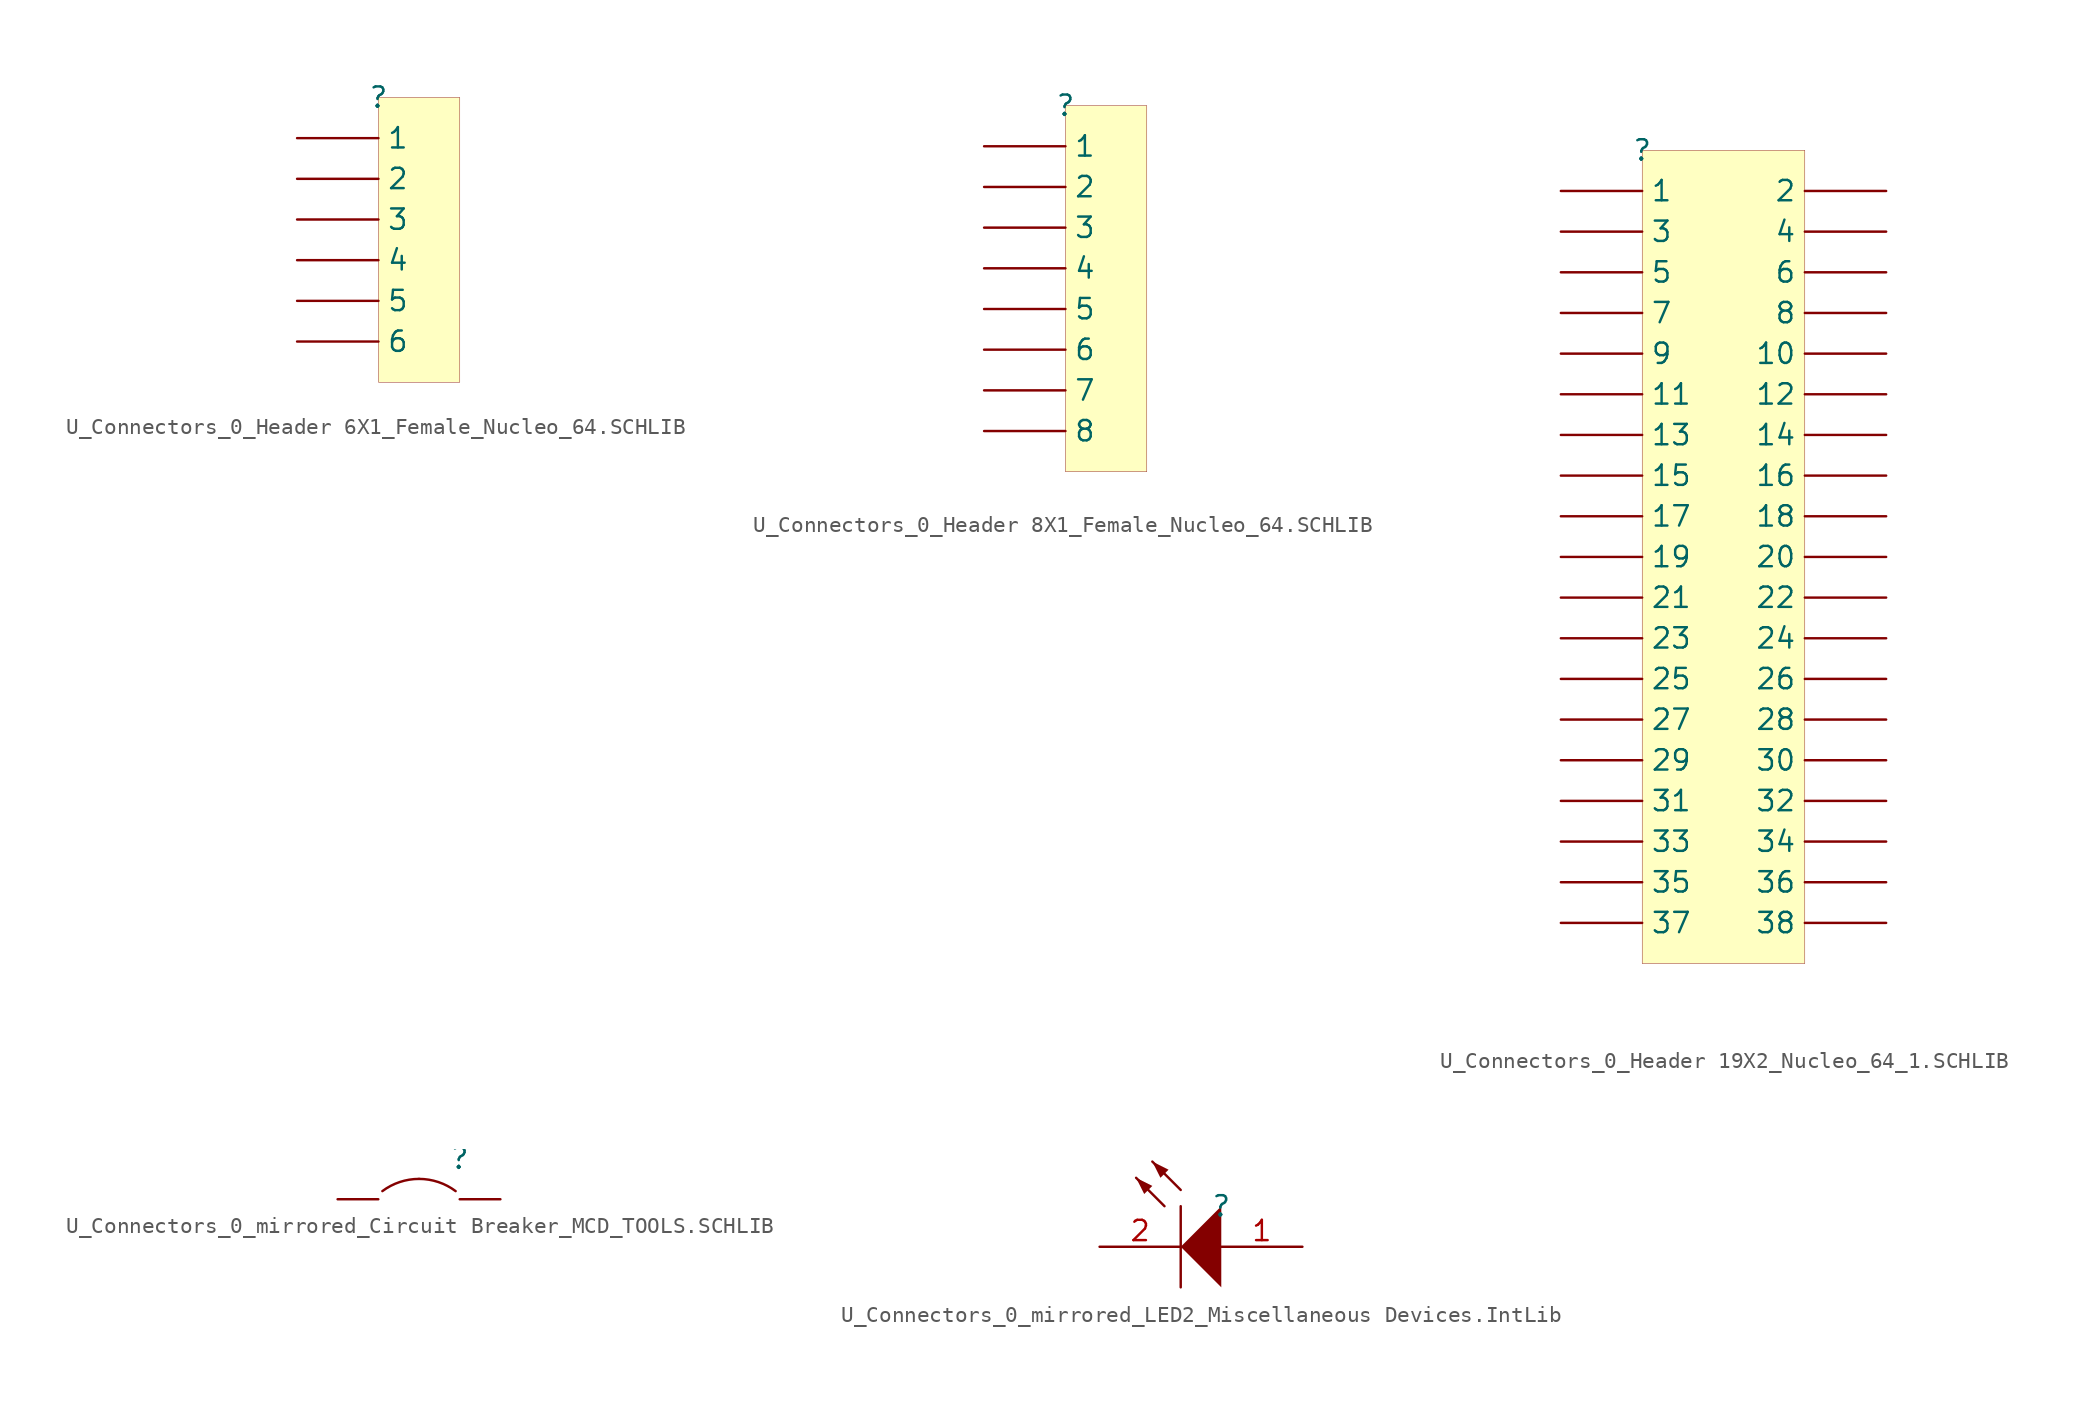
<source format=kicad_sym>
(kicad_symbol_lib
  (version 20241209)
  (generator "kicad_symbol_editor")
  (generator_version "9.0")
  (symbol "U_Connectors_0_Header 6X1_Female_Nucleo_64.SCHLIB"
    (pin_numbers
      (hide yes))
    (property "Reference" ""
      (at 0 0 0)
      (effects (font (size 1.27 1.27))))
    (property "Value" ""
      (at 0 0 0)
      (effects (font (size 1.27 1.27))))
    (symbol "U_Connectors_0_Header 6X1_Female_Nucleo_64.SCHLIB_1_0"
      (rectangle (start 5.08 0) (end 0 -17.78) (stroke (width 0.025) (type solid) (color 128 0 0 1)) (fill (type background)))
      (pin passive line (at -5.08 -2.54 0) (length 5.08) (name "1" (effects (font (size 1.27 1.27)))) (number "1" (effects (font (size 1.27 1.27)))))
      (pin passive line (at -5.08 -5.08 0) (length 5.08) (name "2" (effects (font (size 1.27 1.27)))) (number "2" (effects (font (size 1.27 1.27)))))
      (pin passive line (at -5.08 -7.62 0) (length 5.08) (name "3" (effects (font (size 1.27 1.27)))) (number "3" (effects (font (size 1.27 1.27)))))
      (pin passive line (at -5.08 -10.16 0) (length 5.08) (name "4" (effects (font (size 1.27 1.27)))) (number "4" (effects (font (size 1.27 1.27)))))
      (pin passive line (at -5.08 -12.7 0) (length 5.08) (name "5" (effects (font (size 1.27 1.27)))) (number "5" (effects (font (size 1.27 1.27)))))
      (pin passive line (at -5.08 -15.24 0) (length 5.08) (name "6" (effects (font (size 1.27 1.27)))) (number "6" (effects (font (size 1.27 1.27)))))))
  (symbol "U_Connectors_0_Header 8X1_Female_Nucleo_64.SCHLIB"
    (pin_numbers
      (hide yes))
    (property "Reference" ""
      (at 0 0 0)
      (effects (font (size 1.27 1.27))))
    (property "Value" ""
      (at 0 0 0)
      (effects (font (size 1.27 1.27))))
    (symbol "U_Connectors_0_Header 8X1_Female_Nucleo_64.SCHLIB_1_0"
      (rectangle (start 5.08 0) (end 0 -22.86) (stroke (width 0.025) (type solid) (color 128 0 0 1)) (fill (type background)))
      (pin passive line (at -5.08 -2.54 0) (length 5.08) (name "1" (effects (font (size 1.27 1.27)))) (number "1" (effects (font (size 1.27 1.27)))))
      (pin passive line (at -5.08 -5.08 0) (length 5.08) (name "2" (effects (font (size 1.27 1.27)))) (number "2" (effects (font (size 1.27 1.27)))))
      (pin passive line (at -5.08 -7.62 0) (length 5.08) (name "3" (effects (font (size 1.27 1.27)))) (number "3" (effects (font (size 1.27 1.27)))))
      (pin passive line (at -5.08 -10.16 0) (length 5.08) (name "4" (effects (font (size 1.27 1.27)))) (number "4" (effects (font (size 1.27 1.27)))))
      (pin passive line (at -5.08 -12.7 0) (length 5.08) (name "5" (effects (font (size 1.27 1.27)))) (number "5" (effects (font (size 1.27 1.27)))))
      (pin passive line (at -5.08 -15.24 0) (length 5.08) (name "6" (effects (font (size 1.27 1.27)))) (number "6" (effects (font (size 1.27 1.27)))))
      (pin passive line (at -5.08 -17.78 0) (length 5.08) (name "7" (effects (font (size 1.27 1.27)))) (number "7" (effects (font (size 1.27 1.27)))))
      (pin passive line (at -5.08 -20.32 0) (length 5.08) (name "8" (effects (font (size 1.27 1.27)))) (number "8" (effects (font (size 1.27 1.27)))))))
  (symbol "U_Connectors_0_Header 19X2_Nucleo_64_1.SCHLIB"
    (pin_numbers
      (hide yes))
    (property "Reference" ""
      (at 0 0 0)
      (effects (font (size 1.27 1.27))))
    (property "Value" ""
      (at 0 0 0)
      (effects (font (size 1.27 1.27))))
    (symbol "U_Connectors_0_Header 19X2_Nucleo_64_1.SCHLIB_1_0"
      (rectangle (start 10.16 0) (end 0 -50.8) (stroke (width 0.025) (type solid) (color 128 0 0 1)) (fill (type background)))
      (pin passive line (at -5.08 -2.54 0) (length 5.08) (name "1" (effects (font (size 1.27 1.27)))) (number "1" (effects (font (size 1.27 1.27)))))
      (pin passive line (at -5.08 -5.08 0) (length 5.08) (name "3" (effects (font (size 1.27 1.27)))) (number "3" (effects (font (size 1.27 1.27)))))
      (pin passive line (at -5.08 -7.62 0) (length 5.08) (name "5" (effects (font (size 1.27 1.27)))) (number "5" (effects (font (size 1.27 1.27)))))
      (pin passive line (at -5.08 -10.16 0) (length 5.08) (name "7" (effects (font (size 1.27 1.27)))) (number "7" (effects (font (size 1.27 1.27)))))
      (pin passive line (at -5.08 -12.7 0) (length 5.08) (name "9" (effects (font (size 1.27 1.27)))) (number "9" (effects (font (size 1.27 1.27)))))
      (pin passive line (at -5.08 -15.24 0) (length 5.08) (name "11" (effects (font (size 1.27 1.27)))) (number "11" (effects (font (size 1.27 1.27)))))
      (pin passive line (at -5.08 -17.78 0) (length 5.08) (name "13" (effects (font (size 1.27 1.27)))) (number "13" (effects (font (size 1.27 1.27)))))
      (pin passive line (at -5.08 -20.32 0) (length 5.08) (name "15" (effects (font (size 1.27 1.27)))) (number "15" (effects (font (size 1.27 1.27)))))
      (pin passive line (at -5.08 -22.86 0) (length 5.08) (name "17" (effects (font (size 1.27 1.27)))) (number "17" (effects (font (size 1.27 1.27)))))
      (pin passive line (at -5.08 -25.4 0) (length 5.08) (name "19" (effects (font (size 1.27 1.27)))) (number "19" (effects (font (size 1.27 1.27)))))
      (pin passive line (at -5.08 -27.94 0) (length 5.08) (name "21" (effects (font (size 1.27 1.27)))) (number "21" (effects (font (size 1.27 1.27)))))
      (pin passive line (at -5.08 -30.48 0) (length 5.08) (name "23" (effects (font (size 1.27 1.27)))) (number "23" (effects (font (size 1.27 1.27)))))
      (pin passive line (at -5.08 -33.02 0) (length 5.08) (name "25" (effects (font (size 1.27 1.27)))) (number "25" (effects (font (size 1.27 1.27)))))
      (pin passive line (at -5.08 -35.56 0) (length 5.08) (name "27" (effects (font (size 1.27 1.27)))) (number "27" (effects (font (size 1.27 1.27)))))
      (pin passive line (at -5.08 -38.1 0) (length 5.08) (name "29" (effects (font (size 1.27 1.27)))) (number "29" (effects (font (size 1.27 1.27)))))
      (pin passive line (at -5.08 -40.64 0) (length 5.08) (name "31" (effects (font (size 1.27 1.27)))) (number "31" (effects (font (size 1.27 1.27)))))
      (pin passive line (at -5.08 -43.18 0) (length 5.08) (name "33" (effects (font (size 1.27 1.27)))) (number "33" (effects (font (size 1.27 1.27)))))
      (pin passive line (at -5.08 -45.72 0) (length 5.08) (name "35" (effects (font (size 1.27 1.27)))) (number "35" (effects (font (size 1.27 1.27)))))
      (pin passive line (at -5.08 -48.26 0) (length 5.08) (name "37" (effects (font (size 1.27 1.27)))) (number "37" (effects (font (size 1.27 1.27)))))
      (pin passive line (at 15.24 -2.54 180) (length 5.08) (name "2" (effects (font (size 1.27 1.27)))) (number "2" (effects (font (size 1.27 1.27)))))
      (pin passive line (at 15.24 -5.08 180) (length 5.08) (name "4" (effects (font (size 1.27 1.27)))) (number "4" (effects (font (size 1.27 1.27)))))
      (pin passive line (at 15.24 -7.62 180) (length 5.08) (name "6" (effects (font (size 1.27 1.27)))) (number "6" (effects (font (size 1.27 1.27)))))
      (pin passive line (at 15.24 -10.16 180) (length 5.08) (name "8" (effects (font (size 1.27 1.27)))) (number "8" (effects (font (size 1.27 1.27)))))
      (pin passive line (at 15.24 -12.7 180) (length 5.08) (name "10" (effects (font (size 1.27 1.27)))) (number "10" (effects (font (size 1.27 1.27)))))
      (pin passive line (at 15.24 -15.24 180) (length 5.08) (name "12" (effects (font (size 1.27 1.27)))) (number "12" (effects (font (size 1.27 1.27)))))
      (pin passive line (at 15.24 -17.78 180) (length 5.08) (name "14" (effects (font (size 1.27 1.27)))) (number "14" (effects (font (size 1.27 1.27)))))
      (pin passive line (at 15.24 -20.32 180) (length 5.08) (name "16" (effects (font (size 1.27 1.27)))) (number "16" (effects (font (size 1.27 1.27)))))
      (pin passive line (at 15.24 -22.86 180) (length 5.08) (name "18" (effects (font (size 1.27 1.27)))) (number "18" (effects (font (size 1.27 1.27)))))
      (pin passive line (at 15.24 -25.4 180) (length 5.08) (name "20" (effects (font (size 1.27 1.27)))) (number "20" (effects (font (size 1.27 1.27)))))
      (pin passive line (at 15.24 -27.94 180) (length 5.08) (name "22" (effects (font (size 1.27 1.27)))) (number "22" (effects (font (size 1.27 1.27)))))
      (pin passive line (at 15.24 -30.48 180) (length 5.08) (name "24" (effects (font (size 1.27 1.27)))) (number "24" (effects (font (size 1.27 1.27)))))
      (pin passive line (at 15.24 -33.02 180) (length 5.08) (name "26" (effects (font (size 1.27 1.27)))) (number "26" (effects (font (size 1.27 1.27)))))
      (pin passive line (at 15.24 -35.56 180) (length 5.08) (name "28" (effects (font (size 1.27 1.27)))) (number "28" (effects (font (size 1.27 1.27)))))
      (pin passive line (at 15.24 -38.1 180) (length 5.08) (name "30" (effects (font (size 1.27 1.27)))) (number "30" (effects (font (size 1.27 1.27)))))
      (pin passive line (at 15.24 -40.64 180) (length 5.08) (name "32" (effects (font (size 1.27 1.27)))) (number "32" (effects (font (size 1.27 1.27)))))
      (pin passive line (at 15.24 -43.18 180) (length 5.08) (name "34" (effects (font (size 1.27 1.27)))) (number "34" (effects (font (size 1.27 1.27)))))
      (pin passive line (at 15.24 -45.72 180) (length 5.08) (name "36" (effects (font (size 1.27 1.27)))) (number "36" (effects (font (size 1.27 1.27)))))
      (pin passive line (at 15.24 -48.26 180) (length 5.08) (name "38" (effects (font (size 1.27 1.27)))) (number "38" (effects (font (size 1.27 1.27)))))))
  (symbol "U_Connectors_0_mirrored_Circuit Breaker_MCD_TOOLS.SCHLIB"
    (pin_numbers
      (hide yes))
    (pin_names
      (hide yes))
    (property "Reference" ""
      (at 0 0 0)
      (effects (font (size 1.27 1.27))))
    (property "Value" ""
      (at 0 0 0)
      (effects (font (size 1.27 1.27))))
    (symbol "U_Connectors_0_mirrored_Circuit Breaker_MCD_TOOLS.SCHLIB_1_0"
      (arc (start -4.826 -2.032) (mid -3.7448 -1.4655) (end -2.54 -1.27) (stroke (width 0) (type solid)) (fill (type none)))
      (arc (start -2.54 -1.27) (mid -1.3352 -1.4655) (end -0.254 -2.032) (stroke (width 0) (type solid)) (fill (type none)))
      (pin passive line (at -7.62 -2.54 0) (length 2.54) (name "2" (effects (font (size 1.27 1.27)))) (number "2" (effects (font (size 1.27 1.27)))))
      (pin passive line (at 2.54 -2.54 180) (length 2.54) (name "1" (effects (font (size 1.27 1.27)))) (number "1" (effects (font (size 1.27 1.27)))))))
  (symbol "U_Connectors_0_mirrored_LED2_Miscellaneous Devices.IntLib"
    (pin_names
      (hide yes))
    (property "Reference" ""
      (at 0 0 0)
      (effects (font (size 1.27 1.27))))
    (property "Value" ""
      (at 0 0 0)
      (effects (font (size 1.27 1.27))))
    (symbol "U_Connectors_0_mirrored_LED2_Miscellaneous Devices.IntLib_1_0"
      (polyline (pts (xy -5.334 1.778) (xy -4.318 1.27) (xy -4.826 0.762) (xy -5.334 1.778)) (stroke (width -0.0001) (type solid)) (fill (type outline)))
      (polyline (pts (xy -4.318 2.794) (xy -3.302 2.286) (xy -3.81 1.778) (xy -4.318 2.794)) (stroke (width -0.0001) (type solid)) (fill (type outline)))
      (polyline (pts (xy -3.556 0) (xy -5.334 1.778)) (stroke (width 0) (type solid)) (fill (type none)))
      (polyline (pts (xy -2.54 1.016) (xy -4.318 2.794)) (stroke (width 0) (type solid)) (fill (type none)))
      (polyline (pts (xy -2.54 0) (xy -2.54 -5.08)) (stroke (width 0) (type solid)) (fill (type none)))
      (polyline (pts (xy 0 -5.08) (xy -2.54 -2.54) (xy 0 0) (xy 0 -5.08)) (stroke (width -0.0001) (type solid)) (fill (type outline)))
      (pin passive line (at -7.62 -2.54 0) (length 5.08) (name "K" (effects (font (size 1.27 1.27)))) (number "2" (effects (font (size 1.27 1.27)))))
      (pin passive line (at 5.08 -2.54 180) (length 5.08) (name "A" (effects (font (size 1.27 1.27)))) (number "1" (effects (font (size 1.27 1.27))))))))
</source>
